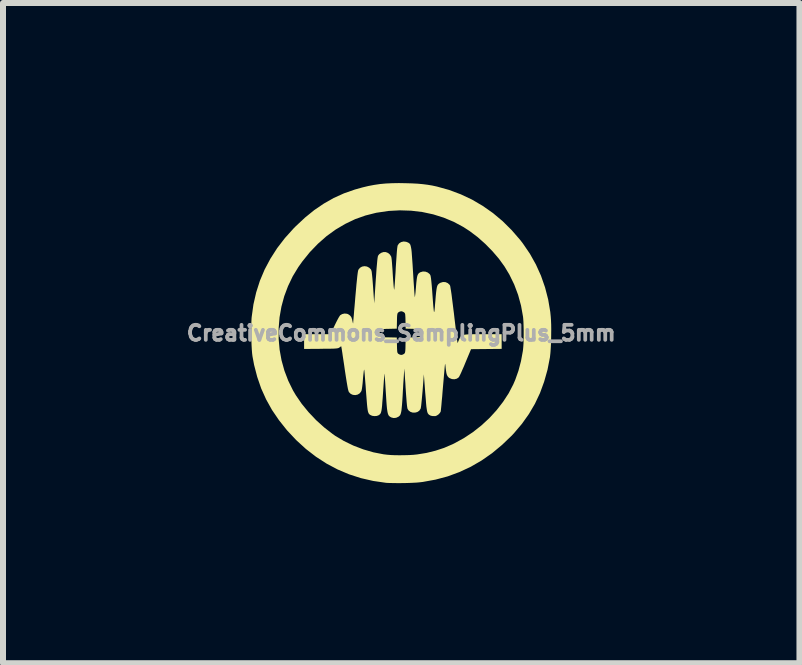
<source format=kicad_pcb>
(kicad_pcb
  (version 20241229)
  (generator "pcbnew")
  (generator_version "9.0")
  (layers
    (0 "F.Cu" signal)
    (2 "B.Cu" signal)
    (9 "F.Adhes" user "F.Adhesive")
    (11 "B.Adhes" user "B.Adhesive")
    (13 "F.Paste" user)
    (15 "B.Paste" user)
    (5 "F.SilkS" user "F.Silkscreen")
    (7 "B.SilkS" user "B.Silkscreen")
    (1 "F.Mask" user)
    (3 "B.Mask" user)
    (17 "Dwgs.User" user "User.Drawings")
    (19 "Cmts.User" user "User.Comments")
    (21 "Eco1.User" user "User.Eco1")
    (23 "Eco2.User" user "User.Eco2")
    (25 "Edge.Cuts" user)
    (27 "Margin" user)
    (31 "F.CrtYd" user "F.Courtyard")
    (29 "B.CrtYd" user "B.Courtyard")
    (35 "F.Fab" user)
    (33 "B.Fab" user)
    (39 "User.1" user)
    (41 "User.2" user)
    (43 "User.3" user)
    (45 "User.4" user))
  (footprint "CreativeCommons_SamplingPlus_5mm"
    (layer "F.Cu")
    (at 3.634 2.499)
    (property "Reference" "CreativeCommons_SamplingPlus_5mm" (at 0 0 0) (layer "F.Fab") (effects (font (size 0.25 0.25) (thickness 0.3))))
    (attr board_only exclude_from_pos_files exclude_from_bom)
    (fp_poly (pts (xy 0.072 -2.497) (xy 0.181 -2.494) (xy 0.275 -2.489) (xy 0.36 -2.481) (xy 0.439 -2.471) (xy 0.517 -2.458) (xy 0.595 -2.441) (xy 0.797 -2.385) (xy 0.992 -2.312) (xy 1.179 -2.224) (xy 1.358 -2.119) (xy 1.529 -1.999) (xy 1.69 -1.864) (xy 1.841 -1.714) (xy 1.983 -1.55) (xy 2.028 -1.491) (xy 2.144 -1.321) (xy 2.244 -1.142) (xy 2.328 -0.956) (xy 2.396 -0.761) (xy 2.448 -0.56) (xy 2.483 -0.352) (xy 2.491 -0.271) (xy 2.495 -0.214) (xy 2.498 -0.143) (xy 2.499 -0.064) (xy 2.498 0.02) (xy 2.497 0.105) (xy 2.494 0.189) (xy 2.49 0.266) (xy 2.485 0.334) (xy 2.479 0.388) (xy 2.478 0.4) (xy 2.437 0.61) (xy 2.381 0.809) (xy 2.312 0.998) (xy 2.227 1.178) (xy 2.127 1.348) (xy 2.011 1.511) (xy 1.879 1.667) (xy 1.842 1.707) (xy 1.681 1.861) (xy 1.514 2) (xy 1.339 2.122) (xy 1.158 2.227) (xy 0.969 2.315) (xy 0.774 2.387) (xy 0.571 2.441) (xy 0.362 2.479) (xy 0.305 2.486) (xy 0.262 2.49) (xy 0.206 2.493) (xy 0.14 2.496) (xy 0.069 2.498) (xy -0.005 2.499) (xy -0.077 2.499) (xy -0.143 2.498) (xy -0.2 2.497) (xy -0.244 2.495) (xy -0.255 2.494) (xy -0.467 2.463) (xy -0.672 2.416) (xy -0.87 2.352) (xy -1.061 2.271) (xy -1.244 2.174) (xy -1.42 2.06) (xy -1.588 1.93) (xy -1.748 1.784) (xy -1.901 1.621) (xy -1.907 1.614) (xy -2.038 1.449) (xy -2.153 1.28) (xy -2.251 1.104) (xy -2.333 0.922) (xy -2.399 0.73) (xy -2.451 0.53) (xy -2.478 0.386) (xy -2.484 0.339) (xy -2.489 0.276) (xy -2.493 0.204) (xy -2.496 0.124) (xy -2.498 0.041) (xy -2.499 -0.042) (xy -2.498 -0.083) (xy -2.042 -0.083) (xy -2.042 0.097) (xy -2.026 0.276) (xy -1.994 0.453) (xy -1.946 0.626) (xy -1.882 0.794) (xy -1.803 0.955) (xy -1.755 1.036) (xy -1.657 1.179) (xy -1.543 1.318) (xy -1.418 1.45) (xy -1.284 1.571) (xy -1.145 1.679) (xy -1.1 1.711) (xy -0.954 1.798) (xy -0.797 1.874) (xy -0.632 1.937) (xy -0.464 1.986) (xy -0.295 2.019) (xy -0.236 2.026) (xy -0.178 2.031) (xy -0.107 2.034) (xy -0.029 2.035) (xy 0.052 2.034) (xy 0.131 2.032) (xy 0.202 2.028) (xy 0.259 2.022) (xy 0.261 2.022) (xy 0.422 1.996) (xy 0.571 1.959) (xy 0.714 1.912) (xy 0.856 1.851) (xy 0.886 1.836) (xy 1.043 1.75) (xy 1.194 1.65) (xy 1.336 1.538) (xy 1.468 1.416) (xy 1.588 1.285) (xy 1.696 1.146) (xy 1.79 1.002) (xy 1.867 0.854) (xy 1.9 0.777) (xy 1.953 0.627) (xy 1.995 0.468) (xy 2.026 0.299) (xy 2.029 0.277) (xy 2.033 0.232) (xy 2.037 0.173) (xy 2.039 0.105) (xy 2.04 0.03) (xy 2.04 -0.046) (xy 2.038 -0.12) (xy 2.036 -0.187) (xy 2.032 -0.243) (xy 2.029 -0.273) (xy 1.996 -0.457) (xy 1.947 -0.637) (xy 1.882 -0.81) (xy 1.802 -0.974) (xy 1.721 -1.109) (xy 1.627 -1.239) (xy 1.518 -1.366) (xy 1.399 -1.487) (xy 1.273 -1.599) (xy 1.142 -1.698) (xy 1.036 -1.767) (xy 0.876 -1.853) (xy 0.708 -1.923) (xy 0.533 -1.978) (xy 0.351 -2.017) (xy 0.166 -2.039) (xy -0.022 -2.045) (xy -0.211 -2.035) (xy -0.399 -2.007) (xy -0.418 -2.004) (xy -0.596 -1.959) (xy -0.768 -1.898) (xy -0.933 -1.819) (xy -1.092 -1.725) (xy -1.244 -1.615) (xy -1.387 -1.489) (xy -1.522 -1.349) (xy -1.647 -1.194) (xy -1.714 -1.1) (xy -1.808 -0.945) (xy -1.886 -0.782) (xy -1.949 -0.614) (xy -1.996 -0.44) (xy -2.027 -0.263) (xy -2.042 -0.083) (xy -2.498 -0.083) (xy -2.498 -0.121) (xy -2.496 -0.192) (xy -2.493 -0.251) (xy -2.491 -0.27) (xy -2.462 -0.478) (xy -2.416 -0.679) (xy -2.354 -0.873) (xy -2.275 -1.06) (xy -2.179 -1.24) (xy -2.067 -1.415) (xy -1.937 -1.584) (xy -1.79 -1.747) (xy -1.755 -1.782) (xy -1.603 -1.924) (xy -1.449 -2.049) (xy -1.29 -2.157) (xy -1.126 -2.25) (xy -0.954 -2.328) (xy -0.774 -2.391) (xy -0.645 -2.427) (xy -0.545 -2.451) (xy -0.449 -2.469) (xy -0.355 -2.483) (xy -0.258 -2.492) (xy -0.153 -2.497) (xy -0.039 -2.499)) (stroke (width 0) (type solid)) (fill yes) (layer "F.SilkS"))
    (fp_poly (pts (xy 0.082 -1.521) (xy 0.108 -1.511) (xy 0.122 -1.504) (xy 0.133 -1.496) (xy 0.143 -1.486) (xy 0.151 -1.473) (xy 0.157 -1.454) (xy 0.163 -1.428) (xy 0.169 -1.394) (xy 0.174 -1.35) (xy 0.178 -1.294) (xy 0.183 -1.225) (xy 0.189 -1.142) (xy 0.195 -1.042) (xy 0.197 -1.012) (xy 0.202 -0.927) (xy 0.207 -0.847) (xy 0.212 -0.776) (xy 0.216 -0.714) (xy 0.22 -0.663) (xy 0.223 -0.626) (xy 0.226 -0.603) (xy 0.227 -0.597) (xy 0.229 -0.607) (xy 0.232 -0.632) (xy 0.237 -0.67) (xy 0.241 -0.717) (xy 0.246 -0.771) (xy 0.246 -0.776) (xy 0.252 -0.844) (xy 0.258 -0.896) (xy 0.264 -0.935) (xy 0.272 -0.964) (xy 0.282 -0.984) (xy 0.295 -0.999) (xy 0.312 -1.01) (xy 0.319 -1.014) (xy 0.36 -1.026) (xy 0.402 -1.024) (xy 0.442 -1.009) (xy 0.474 -0.983) (xy 0.485 -0.966) (xy 0.49 -0.948) (xy 0.496 -0.912) (xy 0.502 -0.858) (xy 0.509 -0.786) (xy 0.516 -0.696) (xy 0.517 -0.682) (xy 0.524 -0.585) (xy 0.53 -0.506) (xy 0.535 -0.443) (xy 0.54 -0.397) (xy 0.543 -0.367) (xy 0.546 -0.352) (xy 0.549 -0.352) (xy 0.553 -0.365) (xy 0.556 -0.393) (xy 0.56 -0.433) (xy 0.564 -0.485) (xy 0.569 -0.54) (xy 0.575 -0.616) (xy 0.581 -0.677) (xy 0.587 -0.724) (xy 0.593 -0.759) (xy 0.6 -0.785) (xy 0.609 -0.803) (xy 0.621 -0.817) (xy 0.635 -0.828) (xy 0.653 -0.838) (xy 0.655 -0.839) (xy 0.696 -0.851) (xy 0.738 -0.849) (xy 0.776 -0.832) (xy 0.806 -0.804) (xy 0.813 -0.793) (xy 0.817 -0.778) (xy 0.822 -0.746) (xy 0.83 -0.699) (xy 0.839 -0.638) (xy 0.848 -0.564) (xy 0.859 -0.478) (xy 0.871 -0.381) (xy 0.877 -0.336) (xy 0.887 -0.248) (xy 0.897 -0.165) (xy 0.906 -0.088) (xy 0.914 -0.02) (xy 0.921 0.039) (xy 0.927 0.084) (xy 0.931 0.116) (xy 0.933 0.131) (xy 0.939 0.167) (xy 0.958 0.121) (xy 0.969 0.095) (xy 0.979 0.074) (xy 0.991 0.058) (xy 1.005 0.044) (xy 1.024 0.035) (xy 1.05 0.028) (xy 1.084 0.023) (xy 1.129 0.02) (xy 1.186 0.019) (xy 1.258 0.018) (xy 1.345 0.018) (xy 1.363 0.018) (xy 1.673 0.018) (xy 1.673 0.263) (xy 1.163 0.268) (xy 1.069 0.493) (xy 1.044 0.554) (xy 1.019 0.61) (xy 0.998 0.659) (xy 0.98 0.697) (xy 0.966 0.724) (xy 0.959 0.736) (xy 0.927 0.759) (xy 0.887 0.769) (xy 0.845 0.766) (xy 0.805 0.75) (xy 0.791 0.74) (xy 0.774 0.721) (xy 0.761 0.697) (xy 0.752 0.665) (xy 0.745 0.619) (xy 0.74 0.579) (xy 0.737 0.546) (xy 0.734 0.523) (xy 0.731 0.512) (xy 0.731 0.512) (xy 0.729 0.521) (xy 0.726 0.547) (xy 0.722 0.587) (xy 0.718 0.64) (xy 0.712 0.703) (xy 0.706 0.775) (xy 0.699 0.854) (xy 0.695 0.9) (xy 0.688 0.982) (xy 0.682 1.06) (xy 0.675 1.13) (xy 0.67 1.191) (xy 0.665 1.242) (xy 0.661 1.279) (xy 0.659 1.301) (xy 0.658 1.306) (xy 0.645 1.329) (xy 0.622 1.354) (xy 0.594 1.373) (xy 0.568 1.383) (xy 0.566 1.383) (xy 0.522 1.382) (xy 0.492 1.376) (xy 0.475 1.367) (xy 0.462 1.359) (xy 0.452 1.349) (xy 0.443 1.337) (xy 0.436 1.32) (xy 0.43 1.297) (xy 0.425 1.266) (xy 0.419 1.224) (xy 0.414 1.17) (xy 0.409 1.102) (xy 0.402 1.019) (xy 0.4 0.997) (xy 0.377 0.686) (xy 0.356 0.959) (xy 0.349 1.034) (xy 0.343 1.102) (xy 0.337 1.161) (xy 0.332 1.209) (xy 0.327 1.242) (xy 0.323 1.261) (xy 0.322 1.261) (xy 0.3 1.294) (xy 0.268 1.315) (xy 0.23 1.325) (xy 0.19 1.324) (xy 0.153 1.312) (xy 0.122 1.288) (xy 0.105 1.261) (xy 0.101 1.243) (xy 0.096 1.209) (xy 0.091 1.158) (xy 0.086 1.093) (xy 0.08 1.015) (xy 0.074 0.925) (xy 0.073 0.914) (xy 0.069 0.84) (xy 0.064 0.772) (xy 0.06 0.712) (xy 0.057 0.662) (xy 0.054 0.624) (xy 0.052 0.601) (xy 0.051 0.594) (xy 0.05 0.602) (xy 0.049 0.627) (xy 0.046 0.666) (xy 0.043 0.717) (xy 0.039 0.779) (xy 0.034 0.849) (xy 0.03 0.926) (xy 0.028 0.953) (xy 0.023 1.049) (xy 0.018 1.129) (xy 0.013 1.194) (xy 0.008 1.246) (xy 0.004 1.287) (xy -0.002 1.319) (xy -0.008 1.342) (xy -0.015 1.36) (xy -0.023 1.373) (xy -0.034 1.383) (xy -0.046 1.393) (xy -0.046 1.393) (xy -0.085 1.411) (xy -0.128 1.415) (xy -0.169 1.404) (xy -0.172 1.402) (xy -0.187 1.393) (xy -0.2 1.383) (xy -0.21 1.371) (xy -0.218 1.354) (xy -0.225 1.332) (xy -0.231 1.301) (xy -0.237 1.26) (xy -0.242 1.208) (xy -0.247 1.142) (xy -0.252 1.061) (xy -0.256 0.998) (xy -0.261 0.923) (xy -0.265 0.855) (xy -0.269 0.795) (xy -0.273 0.745) (xy -0.276 0.707) (xy -0.278 0.684) (xy -0.279 0.676) (xy -0.281 0.686) (xy -0.283 0.711) (xy -0.286 0.751) (xy -0.29 0.802) (xy -0.294 0.863) (xy -0.299 0.932) (xy -0.303 0.994) (xy -0.309 1.082) (xy -0.315 1.153) (xy -0.319 1.21) (xy -0.324 1.255) (xy -0.329 1.289) (xy -0.335 1.314) (xy -0.341 1.333) (xy -0.35 1.346) (xy -0.359 1.356) (xy -0.371 1.365) (xy -0.377 1.369) (xy -0.407 1.38) (xy -0.445 1.383) (xy -0.483 1.378) (xy -0.507 1.368) (xy -0.521 1.36) (xy -0.532 1.351) (xy -0.541 1.34) (xy -0.548 1.324) (xy -0.555 1.303) (xy -0.56 1.274) (xy -0.565 1.236) (xy -0.57 1.187) (xy -0.575 1.124) (xy -0.581 1.047) (xy -0.588 0.958) (xy -0.593 0.881) (xy -0.599 0.809) (xy -0.604 0.745) (xy -0.608 0.691) (xy -0.612 0.648) (xy -0.615 0.62) (xy -0.618 0.607) (xy -0.618 0.607) (xy -0.62 0.613) (xy -0.624 0.635) (xy -0.628 0.67) (xy -0.633 0.714) (xy -0.638 0.767) (xy -0.638 0.771) (xy -0.643 0.832) (xy -0.649 0.885) (xy -0.655 0.928) (xy -0.661 0.957) (xy -0.665 0.968) (xy -0.69 1.002) (xy -0.725 1.024) (xy -0.764 1.033) (xy -0.805 1.029) (xy -0.841 1.013) (xy -0.871 0.983) (xy -0.874 0.977) (xy -0.88 0.96) (xy -0.888 0.929) (xy -0.897 0.881) (xy -0.908 0.817) (xy -0.921 0.736) (xy -0.936 0.638) (xy -0.941 0.604) (xy -0.952 0.526) (xy -0.963 0.454) (xy -0.973 0.388) (xy -0.981 0.332) (xy -0.988 0.287) (xy -0.993 0.255) (xy -0.996 0.239) (xy -0.996 0.239) (xy -1 0.218) (xy -1.028 0.239) (xy -1.037 0.244) (xy -1.045 0.249) (xy -1.057 0.252) (xy -1.074 0.255) (xy -1.097 0.257) (xy -1.129 0.259) (xy -1.173 0.26) (xy -1.229 0.261) (xy -1.301 0.261) (xy -1.337 0.262) (xy -1.618 0.264) (xy -1.618 0.018) (xy -1.398 0.018) (xy -1.177 0.018) (xy -1.162 -0.015) (xy -0.361 -0.015) (xy -0.36 0.019) (xy -0.346 0.047) (xy -0.338 0.055) (xy -0.329 0.061) (xy -0.314 0.065) (xy -0.292 0.068) (xy -0.258 0.07) (xy -0.209 0.071) (xy -0.202 0.071) (xy -0.074 0.074) (xy -0.071 0.201) (xy -0.07 0.252) (xy -0.068 0.288) (xy -0.066 0.312) (xy -0.062 0.327) (xy -0.056 0.337) (xy -0.048 0.345) (xy -0.047 0.346) (xy -0.022 0.359) (xy 0 0.364) (xy 0.026 0.358) (xy 0.047 0.346) (xy 0.055 0.338) (xy 0.061 0.329) (xy 0.065 0.314) (xy 0.068 0.292) (xy 0.07 0.258) (xy 0.071 0.209) (xy 0.071 0.201) (xy 0.074 0.074) (xy 0.201 0.071) (xy 0.252 0.07) (xy 0.288 0.068) (xy 0.312 0.066) (xy 0.327 0.062) (xy 0.337 0.056) (xy 0.345 0.048) (xy 0.346 0.047) (xy 0.361 0.015) (xy 0.36 -0.019) (xy 0.346 -0.047) (xy 0.338 -0.055) (xy 0.329 -0.061) (xy 0.314 -0.065) (xy 0.292 -0.068) (xy 0.258 -0.07) (xy 0.209 -0.071) (xy 0.201 -0.071) (xy 0.074 -0.074) (xy 0.071 -0.202) (xy 0.07 -0.252) (xy 0.068 -0.288) (xy 0.066 -0.312) (xy 0.062 -0.327) (xy 0.056 -0.337) (xy 0.048 -0.345) (xy 0.047 -0.346) (xy 0.022 -0.359) (xy 0 -0.364) (xy -0.026 -0.358) (xy -0.047 -0.346) (xy -0.055 -0.338) (xy -0.061 -0.329) (xy -0.065 -0.314) (xy -0.068 -0.292) (xy -0.07 -0.258) (xy -0.071 -0.209) (xy -0.071 -0.202) (xy -0.074 -0.074) (xy -0.202 -0.071) (xy -0.252 -0.07) (xy -0.288 -0.068) (xy -0.312 -0.066) (xy -0.327 -0.062) (xy -0.337 -0.056) (xy -0.345 -0.048) (xy -0.346 -0.047) (xy -0.361 -0.015) (xy -1.162 -0.015) (xy -1.109 -0.128) (xy -1.085 -0.177) (xy -1.062 -0.222) (xy -1.042 -0.259) (xy -1.025 -0.286) (xy -1.017 -0.297) (xy -0.984 -0.317) (xy -0.944 -0.326) (xy -0.904 -0.322) (xy -0.886 -0.316) (xy -0.854 -0.294) (xy -0.832 -0.267) (xy -0.818 -0.228) (xy -0.813 -0.202) (xy -0.807 -0.175) (xy -0.803 -0.162) (xy -0.801 -0.163) (xy -0.801 -0.165) (xy -0.8 -0.179) (xy -0.798 -0.208) (xy -0.794 -0.253) (xy -0.789 -0.309) (xy -0.784 -0.376) (xy -0.777 -0.452) (xy -0.77 -0.534) (xy -0.764 -0.608) (xy -0.754 -0.718) (xy -0.746 -0.81) (xy -0.738 -0.886) (xy -0.732 -0.947) (xy -0.726 -0.994) (xy -0.721 -1.027) (xy -0.716 -1.048) (xy -0.714 -1.055) (xy -0.687 -1.088) (xy -0.652 -1.108) (xy -0.612 -1.115) (xy -0.571 -1.109) (xy -0.533 -1.089) (xy -0.506 -1.062) (xy -0.501 -1.053) (xy -0.497 -1.041) (xy -0.492 -1.022) (xy -0.489 -0.995) (xy -0.485 -0.959) (xy -0.48 -0.91) (xy -0.475 -0.848) (xy -0.469 -0.769) (xy -0.469 -0.767) (xy -0.45 -0.495) (xy -0.425 -0.876) (xy -0.417 -0.985) (xy -0.411 -1.076) (xy -0.404 -1.151) (xy -0.399 -1.209) (xy -0.394 -1.251) (xy -0.389 -1.278) (xy -0.387 -1.287) (xy -0.366 -1.315) (xy -0.334 -1.337) (xy -0.296 -1.35) (xy -0.258 -1.35) (xy -0.22 -1.335) (xy -0.188 -1.308) (xy -0.167 -1.273) (xy -0.165 -1.265) (xy -0.162 -1.248) (xy -0.158 -1.215) (xy -0.154 -1.169) (xy -0.15 -1.113) (xy -0.145 -1.049) (xy -0.141 -0.98) (xy -0.14 -0.964) (xy -0.135 -0.89) (xy -0.13 -0.828) (xy -0.126 -0.779) (xy -0.122 -0.744) (xy -0.119 -0.725) (xy -0.117 -0.723) (xy -0.117 -0.723) (xy -0.115 -0.738) (xy -0.112 -0.769) (xy -0.108 -0.814) (xy -0.104 -0.87) (xy -0.1 -0.936) (xy -0.095 -1.009) (xy -0.091 -1.086) (xy -0.091 -1.091) (xy -0.084 -1.195) (xy -0.078 -1.282) (xy -0.073 -1.353) (xy -0.068 -1.407) (xy -0.063 -1.443) (xy -0.059 -1.461) (xy -0.036 -1.494) (xy -0.002 -1.516) (xy 0.039 -1.526)) (stroke (width 0) (type solid)) (fill yes) (layer "F.SilkS")))
  (gr_rect
    (start -3 -3)
    (end 10.268 7.998)
    (stroke (width 0.1) (type default))
    (fill no)
    (layer "Edge.Cuts")))
</source>
